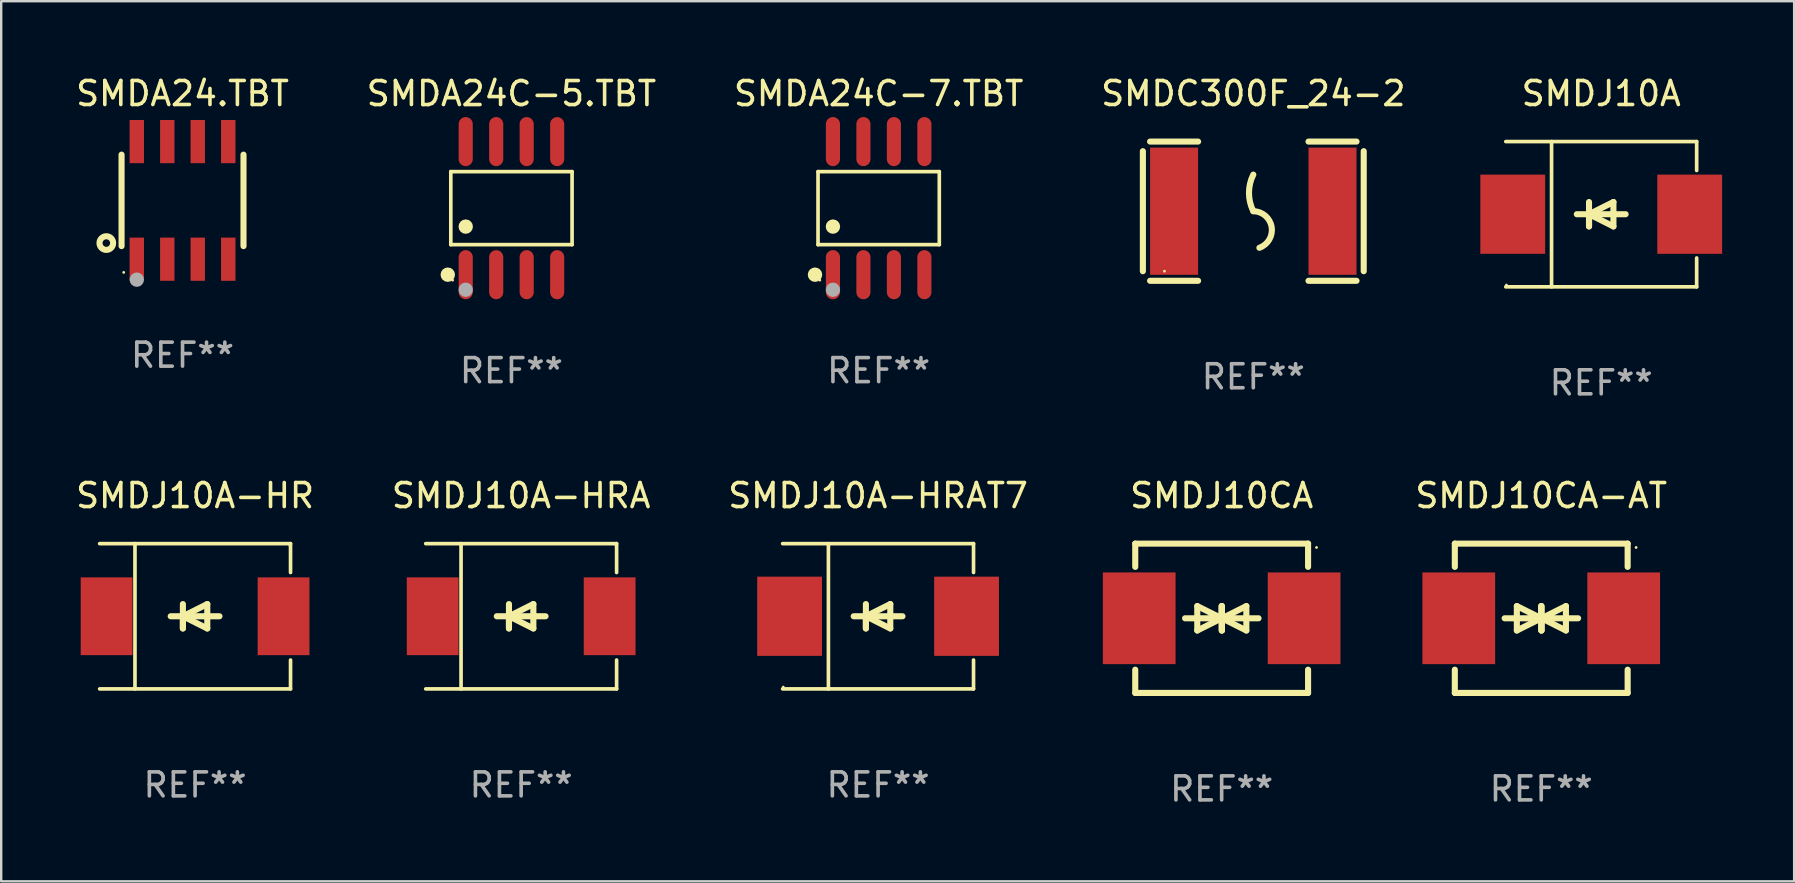
<source format=kicad_pcb>
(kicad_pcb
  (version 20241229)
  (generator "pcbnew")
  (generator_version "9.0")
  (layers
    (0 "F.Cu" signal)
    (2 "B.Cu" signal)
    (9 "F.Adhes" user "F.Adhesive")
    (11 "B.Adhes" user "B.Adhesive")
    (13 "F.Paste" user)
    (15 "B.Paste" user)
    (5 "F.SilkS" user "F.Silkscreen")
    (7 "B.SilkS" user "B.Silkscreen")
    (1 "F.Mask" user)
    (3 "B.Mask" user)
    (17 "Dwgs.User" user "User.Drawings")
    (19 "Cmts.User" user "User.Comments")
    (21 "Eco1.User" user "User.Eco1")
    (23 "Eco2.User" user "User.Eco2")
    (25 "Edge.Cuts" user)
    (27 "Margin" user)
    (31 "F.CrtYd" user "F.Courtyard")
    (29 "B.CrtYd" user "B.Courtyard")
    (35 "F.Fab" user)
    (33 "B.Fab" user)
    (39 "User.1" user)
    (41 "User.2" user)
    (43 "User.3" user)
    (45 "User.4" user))
  (footprint "SMDA24C-7.TBT"
    (layer "F.Cu")
    (at 33.554 5.621)
    (property "Reference" "SMDA24C-7.TBT" (at 0 -4.772 0) (layer "F.SilkS") (effects (font (size 1 1) (thickness 0.15))))
    (attr through_hole)
    (fp_line (start -2.526 -1.521) (end 2.526 -1.521) (stroke (width 0.152) (type solid)) (layer "F.SilkS"))
    (fp_line (start -2.526 1.521) (end -2.526 -1.521) (stroke (width 0.152) (type solid)) (layer "F.SilkS"))
    (fp_line (start 2.526 -1.521) (end 2.526 1.521) (stroke (width 0.152) (type solid)) (layer "F.SilkS"))
    (fp_line (start 2.526 1.521) (end -2.526 1.521) (stroke (width 0.152) (type solid)) (layer "F.SilkS"))
    (fp_circle (center -2.652 2.772) (end -2.501 2.772) (stroke (width 0.3) (type solid)) (fill no) (layer "F.SilkS"))
    (fp_circle (center -2.45 3) (end -2.42 3) (stroke (width 0.06) (type solid)) (fill no) (layer "F.SilkS"))
    (fp_circle (center -1.905 0.769) (end -1.755 0.769) (stroke (width 0.3) (type solid)) (fill no) (layer "F.SilkS"))
    (fp_circle (center -1.905 3.4) (end -1.755 3.4) (stroke (width 0.3) (type solid)) (fill no) (layer "F.Fab"))
    (fp_text user "REF**" (at 0 6.772 0) (layer "F.Fab") (effects (font (size 1 1) (thickness 0.15))))
    (pad "1" smd oval (at -1.905 2.772) (size 0.588 2.045) (layers "F.Cu" "F.Mask" "F.Paste"))
    (pad "2" smd oval (at -0.635 2.772) (size 0.588 2.045) (layers "F.Cu" "F.Mask" "F.Paste"))
    (pad "3" smd oval (at 0.635 2.772) (size 0.588 2.045) (layers "F.Cu" "F.Mask" "F.Paste"))
    (pad "4" smd oval (at 1.905 2.772) (size 0.588 2.045) (layers "F.Cu" "F.Mask" "F.Paste"))
    (pad "5" smd oval (at 1.905 -2.772) (size 0.588 2.045) (layers "F.Cu" "F.Mask" "F.Paste"))
    (pad "6" smd oval (at 0.635 -2.772) (size 0.588 2.045) (layers "F.Cu" "F.Mask" "F.Paste"))
    (pad "7" smd oval (at -0.635 -2.772) (size 0.588 2.045) (layers "F.Cu" "F.Mask" "F.Paste"))
    (pad "8" smd oval (at -1.905 -2.772) (size 0.588 2.045) (layers "F.Cu" "F.Mask" "F.Paste")))
  (footprint "SMDJ10CA"
    (layer "F.Cu")
    (at 47.843 22.707)
    (property "Reference" "SMDJ10CA" (at 0 -5.11 0) (layer "F.SilkS") (effects (font (size 1 1) (thickness 0.15))))
    (attr through_hole)
    (fp_line (start -3.6 -2.141) (end -3.6 -3.11) (stroke (width 0.254) (type solid)) (layer "F.SilkS"))
    (fp_line (start -3.6 3.11) (end -3.6 2.141) (stroke (width 0.254) (type solid)) (layer "F.SilkS"))
    (fp_line (start -1.524 0) (end 0.508 0) (stroke (width 0.254) (type solid)) (layer "F.SilkS"))
    (fp_line (start -1.016 -0.508) (end -1.016 0.508) (stroke (width 0.254) (type solid)) (layer "F.SilkS"))
    (fp_line (start -1.016 0.508) (end 0 0) (stroke (width 0.254) (type solid)) (layer "F.SilkS"))
    (fp_line (start 0 -0.508) (end 0 0.508) (stroke (width 0.254) (type solid)) (layer "F.SilkS"))
    (fp_line (start 0 0) (end -1.016 -0.508) (stroke (width 0.254) (type solid)) (layer "F.SilkS"))
    (fp_line (start 0 0) (end 0 -0.508) (stroke (width 0.254) (type solid)) (layer "F.SilkS"))
    (fp_line (start 0.012 0) (end 0.012 0.508) (stroke (width 0.254) (type solid)) (layer "F.SilkS"))
    (fp_line (start 0.012 0) (end 1.028 0.508) (stroke (width 0.254) (type solid)) (layer "F.SilkS"))
    (fp_line (start 0.012 0.508) (end 0.012 -0.508) (stroke (width 0.254) (type solid)) (layer "F.SilkS"))
    (fp_line (start 1.028 -0.508) (end 0.012 0) (stroke (width 0.254) (type solid)) (layer "F.SilkS"))
    (fp_line (start 1.028 0.508) (end 1.028 -0.508) (stroke (width 0.254) (type solid)) (layer "F.SilkS"))
    (fp_line (start 1.536 0) (end -0.496 0) (stroke (width 0.254) (type solid)) (layer "F.SilkS"))
    (fp_line (start 3.6 -3.11) (end -3.6 -3.11) (stroke (width 0.254) (type solid)) (layer "F.SilkS"))
    (fp_line (start 3.6 -2.141) (end 3.6 -3.11) (stroke (width 0.254) (type solid)) (layer "F.SilkS"))
    (fp_line (start 3.6 3.11) (end -3.6 3.11) (stroke (width 0.254) (type solid)) (layer "F.SilkS"))
    (fp_line (start 3.6 3.11) (end 3.6 2.141) (stroke (width 0.254) (type solid)) (layer "F.SilkS"))
    (fp_circle (center 3.952 -2.95) (end 3.982 -2.95) (stroke (width 0.06) (type solid)) (fill no) (layer "F.SilkS"))
    (fp_text user "REF**" (at 0 7.11 0) (layer "F.Fab") (effects (font (size 1 1) (thickness 0.15))))
    (pad "1" smd rect (at 3.435 0) (size 3.03 3.82) (layers "F.Cu" "F.Mask" "F.Paste"))
    (pad "2" smd rect (at -3.435 0) (size 3.03 3.82) (layers "F.Cu" "F.Mask" "F.Paste")))
  (footprint "SMDA24C-5.TBT"
    (layer "F.Cu")
    (at 18.256 5.621)
    (property "Reference" "SMDA24C-5.TBT" (at 0 -4.772 0) (layer "F.SilkS") (effects (font (size 1 1) (thickness 0.15))))
    (attr through_hole)
    (fp_line (start -2.526 -1.521) (end 2.526 -1.521) (stroke (width 0.152) (type solid)) (layer "F.SilkS"))
    (fp_line (start -2.526 1.521) (end -2.526 -1.521) (stroke (width 0.152) (type solid)) (layer "F.SilkS"))
    (fp_line (start 2.526 -1.521) (end 2.526 1.521) (stroke (width 0.152) (type solid)) (layer "F.SilkS"))
    (fp_line (start 2.526 1.521) (end -2.526 1.521) (stroke (width 0.152) (type solid)) (layer "F.SilkS"))
    (fp_circle (center -2.652 2.772) (end -2.501 2.772) (stroke (width 0.3) (type solid)) (fill no) (layer "F.SilkS"))
    (fp_circle (center -2.45 3) (end -2.42 3) (stroke (width 0.06) (type solid)) (fill no) (layer "F.SilkS"))
    (fp_circle (center -1.905 0.769) (end -1.755 0.769) (stroke (width 0.3) (type solid)) (fill no) (layer "F.SilkS"))
    (fp_circle (center -1.905 3.4) (end -1.755 3.4) (stroke (width 0.3) (type solid)) (fill no) (layer "F.Fab"))
    (fp_text user "REF**" (at 0 6.772 0) (layer "F.Fab") (effects (font (size 1 1) (thickness 0.15))))
    (pad "1" smd oval (at -1.905 2.772) (size 0.588 2.045) (layers "F.Cu" "F.Mask" "F.Paste"))
    (pad "2" smd oval (at -0.635 2.772) (size 0.588 2.045) (layers "F.Cu" "F.Mask" "F.Paste"))
    (pad "3" smd oval (at 0.635 2.772) (size 0.588 2.045) (layers "F.Cu" "F.Mask" "F.Paste"))
    (pad "4" smd oval (at 1.905 2.772) (size 0.588 2.045) (layers "F.Cu" "F.Mask" "F.Paste"))
    (pad "5" smd oval (at 1.905 -2.772) (size 0.588 2.045) (layers "F.Cu" "F.Mask" "F.Paste"))
    (pad "6" smd oval (at 0.635 -2.772) (size 0.588 2.045) (layers "F.Cu" "F.Mask" "F.Paste"))
    (pad "7" smd oval (at -0.635 -2.772) (size 0.588 2.045) (layers "F.Cu" "F.Mask" "F.Paste"))
    (pad "8" smd oval (at -1.905 -2.772) (size 0.588 2.045) (layers "F.Cu" "F.Mask" "F.Paste")))
  (footprint "SMDJ10A-HR"
    (layer "F.Cu")
    (at 5.077 22.623)
    (property "Reference" "SMDJ10A-HR" (at 0 -5.026 0) (layer "F.SilkS") (effects (font (size 1 1) (thickness 0.15))))
    (attr through_hole)
    (fp_line (start -3.976 -3.026) (end 3.976 -3.026) (stroke (width 0.152) (type solid)) (layer "F.SilkS"))
    (fp_line (start -3.976 3.026) (end 3.976 3.026) (stroke (width 0.152) (type solid)) (layer "F.SilkS"))
    (fp_line (start -2.504 -3.026) (end -2.504 3.026) (stroke (width 0.152) (type solid)) (layer "F.SilkS"))
    (fp_line (start -0.508 0) (end -0.508 0.508) (stroke (width 0.254) (type solid)) (layer "F.SilkS"))
    (fp_line (start -0.508 0) (end 0.508 0.508) (stroke (width 0.254) (type solid)) (layer "F.SilkS"))
    (fp_line (start -0.508 0.508) (end -0.508 -0.508) (stroke (width 0.254) (type solid)) (layer "F.SilkS"))
    (fp_line (start 0.508 -0.508) (end -0.508 0) (stroke (width 0.254) (type solid)) (layer "F.SilkS"))
    (fp_line (start 0.508 0.508) (end 0.508 -0.508) (stroke (width 0.254) (type solid)) (layer "F.SilkS"))
    (fp_line (start 1.016 0) (end -1.016 0) (stroke (width 0.254) (type solid)) (layer "F.SilkS"))
    (fp_line (start 3.976 -3.026) (end 3.976 -1.823) (stroke (width 0.152) (type solid)) (layer "F.SilkS"))
    (fp_line (start 3.976 3.026) (end 3.976 1.823) (stroke (width 0.152) (type solid)) (layer "F.SilkS"))
    (fp_circle (center 3.95 -2.95) (end 3.98 -2.95) (stroke (width 0.06) (type solid)) (fill no) (layer "F.SilkS"))
    (fp_text user "REF**" (at 0 7.026 0) (layer "F.Fab") (effects (font (size 1 1) (thickness 0.15))))
    (pad "1" smd rect (at 3.686 0 180) (size 2.158 3.24) (layers "F.Cu" "F.Mask" "F.Paste"))
    (pad "2" smd rect (at -3.686 0 180) (size 2.158 3.24) (layers "F.Cu" "F.Mask" "F.Paste")))
  (footprint "SMDJ10A-HRAT7"
    (layer "F.Cu")
    (at 33.53 22.623)
    (property "Reference" "SMDJ10A-HRAT7" (at 0 -5.026 0) (layer "F.SilkS") (effects (font (size 1 1) (thickness 0.15))))
    (attr through_hole)
    (fp_line (start -3.976 -3.026) (end 3.976 -3.026) (stroke (width 0.152) (type solid)) (layer "F.SilkS"))
    (fp_line (start -3.976 3.026) (end 3.976 3.026) (stroke (width 0.152) (type solid)) (layer "F.SilkS"))
    (fp_line (start -2.069 -3.026) (end -2.069 3.026) (stroke (width 0.152) (type solid)) (layer "F.SilkS"))
    (fp_line (start -0.508 0) (end -0.508 0.508) (stroke (width 0.254) (type solid)) (layer "F.SilkS"))
    (fp_line (start -0.508 0) (end 0.508 0.508) (stroke (width 0.254) (type solid)) (layer "F.SilkS"))
    (fp_line (start -0.508 0.508) (end -0.508 -0.508) (stroke (width 0.254) (type solid)) (layer "F.SilkS"))
    (fp_line (start 0.508 -0.508) (end -0.508 0) (stroke (width 0.254) (type solid)) (layer "F.SilkS"))
    (fp_line (start 0.508 0.508) (end 0.508 -0.508) (stroke (width 0.254) (type solid)) (layer "F.SilkS"))
    (fp_line (start 1.016 0) (end -1.016 0) (stroke (width 0.254) (type solid)) (layer "F.SilkS"))
    (fp_line (start 3.976 -3.026) (end 3.976 -1.823) (stroke (width 0.152) (type solid)) (layer "F.SilkS"))
    (fp_line (start 3.976 3.026) (end 3.976 1.823) (stroke (width 0.152) (type solid)) (layer "F.SilkS"))
    (fp_circle (center -3.95 2.95) (end -3.92 2.95) (stroke (width 0.06) (type solid)) (fill no) (layer "F.SilkS"))
    (fp_text user "REF**" (at 0 7.026 0) (layer "F.Fab") (effects (font (size 1 1) (thickness 0.15))))
    (pad "1" smd rect (at -3.686 0) (size 2.7 3.3) (layers "F.Cu" "F.Mask" "F.Paste"))
    (pad "2" smd rect (at 3.686 0) (size 2.7 3.3) (layers "F.Cu" "F.Mask" "F.Paste")))
  (footprint "SMDA24.TBT"
    (layer "F.Cu")
    (at 4.554 5.298)
    (property "Reference" "SMDA24.TBT" (at 0 -4.45 0) (layer "F.SilkS") (effects (font (size 1 1) (thickness 0.15))))
    (attr through_hole)
    (fp_line (start -2.54 -1.905) (end -2.54 1.905) (stroke (width 0.254) (type solid)) (layer "F.SilkS"))
    (fp_line (start 2.54 -1.905) (end 2.54 1.905) (stroke (width 0.254) (type solid)) (layer "F.SilkS"))
    (fp_circle (center -3.175 1.778) (end -2.891 1.778) (stroke (width 0.254) (type solid)) (fill no) (layer "F.SilkS"))
    (fp_circle (center -2.45 3) (end -2.42 3) (stroke (width 0.06) (type solid)) (fill no) (layer "F.SilkS"))
    (fp_circle (center -1.905 3.302) (end -1.755 3.302) (stroke (width 0.3) (type solid)) (fill no) (layer "F.Fab"))
    (fp_text user "REF**" (at 0 6.45 0) (layer "F.Fab") (effects (font (size 1 1) (thickness 0.15))))
    (pad "1" smd rect (at -1.905 2.45) (size 0.6 1.8) (layers "F.Cu" "F.Mask" "F.Paste"))
    (pad "2" smd rect (at -0.635 2.45) (size 0.6 1.8) (layers "F.Cu" "F.Mask" "F.Paste"))
    (pad "3" smd rect (at 0.635 2.45) (size 0.6 1.8) (layers "F.Cu" "F.Mask" "F.Paste"))
    (pad "4" smd rect (at 1.905 2.45) (size 0.6 1.8) (layers "F.Cu" "F.Mask" "F.Paste"))
    (pad "5" smd rect (at 1.905 -2.45 180) (size 0.6 1.8) (layers "F.Cu" "F.Mask" "F.Paste"))
    (pad "6" smd rect (at 0.635 -2.45 180) (size 0.6 1.8) (layers "F.Cu" "F.Mask" "F.Paste"))
    (pad "7" smd rect (at -0.635 -2.45 180) (size 0.6 1.8) (layers "F.Cu" "F.Mask" "F.Paste"))
    (pad "8" smd rect (at -1.905 -2.45 180) (size 0.6 1.8) (layers "F.Cu" "F.Mask" "F.Paste")))
  (footprint "SMDJ10A"
    (layer "F.Cu")
    (at 63.655 5.874)
    (property "Reference" "SMDJ10A" (at 0 -5.026 0) (layer "F.SilkS") (effects (font (size 1 1) (thickness 0.15))))
    (attr through_hole)
    (fp_line (start -3.976 -3.026) (end 3.976 -3.026) (stroke (width 0.152) (type solid)) (layer "F.SilkS"))
    (fp_line (start -3.976 3.026) (end 3.976 3.026) (stroke (width 0.152) (type solid)) (layer "F.SilkS"))
    (fp_line (start -2.069 -3.026) (end -2.069 3.026) (stroke (width 0.152) (type solid)) (layer "F.SilkS"))
    (fp_line (start -0.508 0) (end -0.508 0.508) (stroke (width 0.254) (type solid)) (layer "F.SilkS"))
    (fp_line (start -0.508 0) (end 0.508 0.508) (stroke (width 0.254) (type solid)) (layer "F.SilkS"))
    (fp_line (start -0.508 0.508) (end -0.508 -0.508) (stroke (width 0.254) (type solid)) (layer "F.SilkS"))
    (fp_line (start 0.508 -0.508) (end -0.508 0) (stroke (width 0.254) (type solid)) (layer "F.SilkS"))
    (fp_line (start 0.508 0.508) (end 0.508 -0.508) (stroke (width 0.254) (type solid)) (layer "F.SilkS"))
    (fp_line (start 1.016 0) (end -1.016 0) (stroke (width 0.254) (type solid)) (layer "F.SilkS"))
    (fp_line (start 3.976 -3.026) (end 3.976 -1.823) (stroke (width 0.152) (type solid)) (layer "F.SilkS"))
    (fp_line (start 3.976 3.026) (end 3.976 1.823) (stroke (width 0.152) (type solid)) (layer "F.SilkS"))
    (fp_circle (center -3.95 2.95) (end -3.92 2.95) (stroke (width 0.06) (type solid)) (fill no) (layer "F.SilkS"))
    (fp_text user "REF**" (at 0 7.026 0) (layer "F.Fab") (effects (font (size 1 1) (thickness 0.15))))
    (pad "1" smd rect (at -3.686 0) (size 2.7 3.3) (layers "F.Cu" "F.Mask" "F.Paste"))
    (pad "2" smd rect (at 3.686 0) (size 2.7 3.3) (layers "F.Cu" "F.Mask" "F.Paste")))
  (footprint "SMDC300F_24-2"
    (layer "F.Cu")
    (at 49.161 5.748)
    (property "Reference" "SMDC300F_24-2" (at 0 -4.9 0) (layer "F.SilkS") (effects (font (size 1 1) (thickness 0.15))))
    (attr through_hole)
    (fp_line (start -4.6 -2.5) (end -4.6 2.5) (stroke (width 0.254) (type solid)) (layer "F.SilkS"))
    (fp_line (start -4.3 -2.9) (end -2.3 -2.9) (stroke (width 0.254) (type solid)) (layer "F.SilkS"))
    (fp_line (start -4.3 2.9) (end -2.3 2.9) (stroke (width 0.254) (type solid)) (layer "F.SilkS"))
    (fp_line (start 2.3 -2.9) (end 4.3 -2.9) (stroke (width 0.254) (type solid)) (layer "F.SilkS"))
    (fp_line (start 2.3 2.9) (end 4.3 2.9) (stroke (width 0.254) (type solid)) (layer "F.SilkS"))
    (fp_line (start 4.6 -2.5) (end 4.6 2.5) (stroke (width 0.254) (type solid)) (layer "F.SilkS"))
    (fp_arc (start 0 0) (mid -0.179884 -0.762002) (end 0 -1.524003) (stroke (width 0.254001) (type solid)) (layer "F.SilkS"))
    (fp_arc (start 0 0) (mid 0.763086 0.655987) (end 0.254001 1.524003) (stroke (width 0.254001) (type solid)) (layer "F.SilkS"))
    (fp_circle (center -3.7 2.5) (end -3.67 2.5) (stroke (width 0.06) (type solid)) (fill no) (layer "F.SilkS"))
    (fp_text user "REF**" (at 0 6.9 0) (layer "F.Fab") (effects (font (size 1 1) (thickness 0.15))))
    (pad "1" smd rect (at -3.3 0) (size 2 5.3) (layers "F.Cu" "F.Mask" "F.Paste"))
    (pad "2" smd rect (at 3.3 0) (size 2 5.3) (layers "F.Cu" "F.Mask" "F.Paste")))
  (footprint "SMDJ10CA-AT"
    (layer "F.Cu")
    (at 61.156 22.707)
    (property "Reference" "SMDJ10CA-AT" (at 0 -5.11 0) (layer "F.SilkS") (effects (font (size 1 1) (thickness 0.15))))
    (attr through_hole)
    (fp_line (start -3.6 -2.141) (end -3.6 -3.11) (stroke (width 0.254) (type solid)) (layer "F.SilkS"))
    (fp_line (start -3.6 3.11) (end -3.6 2.141) (stroke (width 0.254) (type solid)) (layer "F.SilkS"))
    (fp_line (start -1.524 0) (end 0.508 0) (stroke (width 0.254) (type solid)) (layer "F.SilkS"))
    (fp_line (start -1.016 -0.508) (end -1.016 0.508) (stroke (width 0.254) (type solid)) (layer "F.SilkS"))
    (fp_line (start -1.016 0.508) (end 0 0) (stroke (width 0.254) (type solid)) (layer "F.SilkS"))
    (fp_line (start 0 -0.508) (end 0 0.508) (stroke (width 0.254) (type solid)) (layer "F.SilkS"))
    (fp_line (start 0 0) (end -1.016 -0.508) (stroke (width 0.254) (type solid)) (layer "F.SilkS"))
    (fp_line (start 0 0) (end 0 -0.508) (stroke (width 0.254) (type solid)) (layer "F.SilkS"))
    (fp_line (start 0.012 0) (end 0.012 0.508) (stroke (width 0.254) (type solid)) (layer "F.SilkS"))
    (fp_line (start 0.012 0) (end 1.028 0.508) (stroke (width 0.254) (type solid)) (layer "F.SilkS"))
    (fp_line (start 0.012 0.508) (end 0.012 -0.508) (stroke (width 0.254) (type solid)) (layer "F.SilkS"))
    (fp_line (start 1.028 -0.508) (end 0.012 0) (stroke (width 0.254) (type solid)) (layer "F.SilkS"))
    (fp_line (start 1.028 0.508) (end 1.028 -0.508) (stroke (width 0.254) (type solid)) (layer "F.SilkS"))
    (fp_line (start 1.536 0) (end -0.496 0) (stroke (width 0.254) (type solid)) (layer "F.SilkS"))
    (fp_line (start 3.6 -3.11) (end -3.6 -3.11) (stroke (width 0.254) (type solid)) (layer "F.SilkS"))
    (fp_line (start 3.6 -2.141) (end 3.6 -3.11) (stroke (width 0.254) (type solid)) (layer "F.SilkS"))
    (fp_line (start 3.6 3.11) (end -3.6 3.11) (stroke (width 0.254) (type solid)) (layer "F.SilkS"))
    (fp_line (start 3.6 3.11) (end 3.6 2.141) (stroke (width 0.254) (type solid)) (layer "F.SilkS"))
    (fp_circle (center 3.952 -2.95) (end 3.982 -2.95) (stroke (width 0.06) (type solid)) (fill no) (layer "F.SilkS"))
    (fp_text user "REF**" (at 0 7.11 0) (layer "F.Fab") (effects (font (size 1 1) (thickness 0.15))))
    (pad "1" smd rect (at 3.435 0) (size 3.03 3.82) (layers "F.Cu" "F.Mask" "F.Paste"))
    (pad "2" smd rect (at -3.435 0) (size 3.03 3.82) (layers "F.Cu" "F.Mask" "F.Paste")))
  (footprint "SMDJ10A-HRA"
    (layer "F.Cu")
    (at 18.661 22.623)
    (property "Reference" "SMDJ10A-HRA" (at 0 -5.026 0) (layer "F.SilkS") (effects (font (size 1 1) (thickness 0.15))))
    (attr through_hole)
    (fp_line (start -3.976 -3.026) (end 3.976 -3.026) (stroke (width 0.152) (type solid)) (layer "F.SilkS"))
    (fp_line (start -3.976 3.026) (end 3.976 3.026) (stroke (width 0.152) (type solid)) (layer "F.SilkS"))
    (fp_line (start -2.504 -3.026) (end -2.504 3.026) (stroke (width 0.152) (type solid)) (layer "F.SilkS"))
    (fp_line (start -0.508 0) (end -0.508 0.508) (stroke (width 0.254) (type solid)) (layer "F.SilkS"))
    (fp_line (start -0.508 0) (end 0.508 0.508) (stroke (width 0.254) (type solid)) (layer "F.SilkS"))
    (fp_line (start -0.508 0.508) (end -0.508 -0.508) (stroke (width 0.254) (type solid)) (layer "F.SilkS"))
    (fp_line (start 0.508 -0.508) (end -0.508 0) (stroke (width 0.254) (type solid)) (layer "F.SilkS"))
    (fp_line (start 0.508 0.508) (end 0.508 -0.508) (stroke (width 0.254) (type solid)) (layer "F.SilkS"))
    (fp_line (start 1.016 0) (end -1.016 0) (stroke (width 0.254) (type solid)) (layer "F.SilkS"))
    (fp_line (start 3.976 -3.026) (end 3.976 -1.823) (stroke (width 0.152) (type solid)) (layer "F.SilkS"))
    (fp_line (start 3.976 3.026) (end 3.976 1.823) (stroke (width 0.152) (type solid)) (layer "F.SilkS"))
    (fp_circle (center 3.95 -2.95) (end 3.98 -2.95) (stroke (width 0.06) (type solid)) (fill no) (layer "F.SilkS"))
    (fp_text user "REF**" (at 0 7.026 0) (layer "F.Fab") (effects (font (size 1 1) (thickness 0.15))))
    (pad "1" smd rect (at 3.686 0 180) (size 2.158 3.24) (layers "F.Cu" "F.Mask" "F.Paste"))
    (pad "2" smd rect (at -3.686 0 180) (size 2.158 3.24) (layers "F.Cu" "F.Mask" "F.Paste")))
  (gr_rect
    (start -3 -3)
    (end 71.692 33.665)
    (stroke (width 0.1) (type default))
    (fill no)
    (layer "Edge.Cuts")))
</source>
